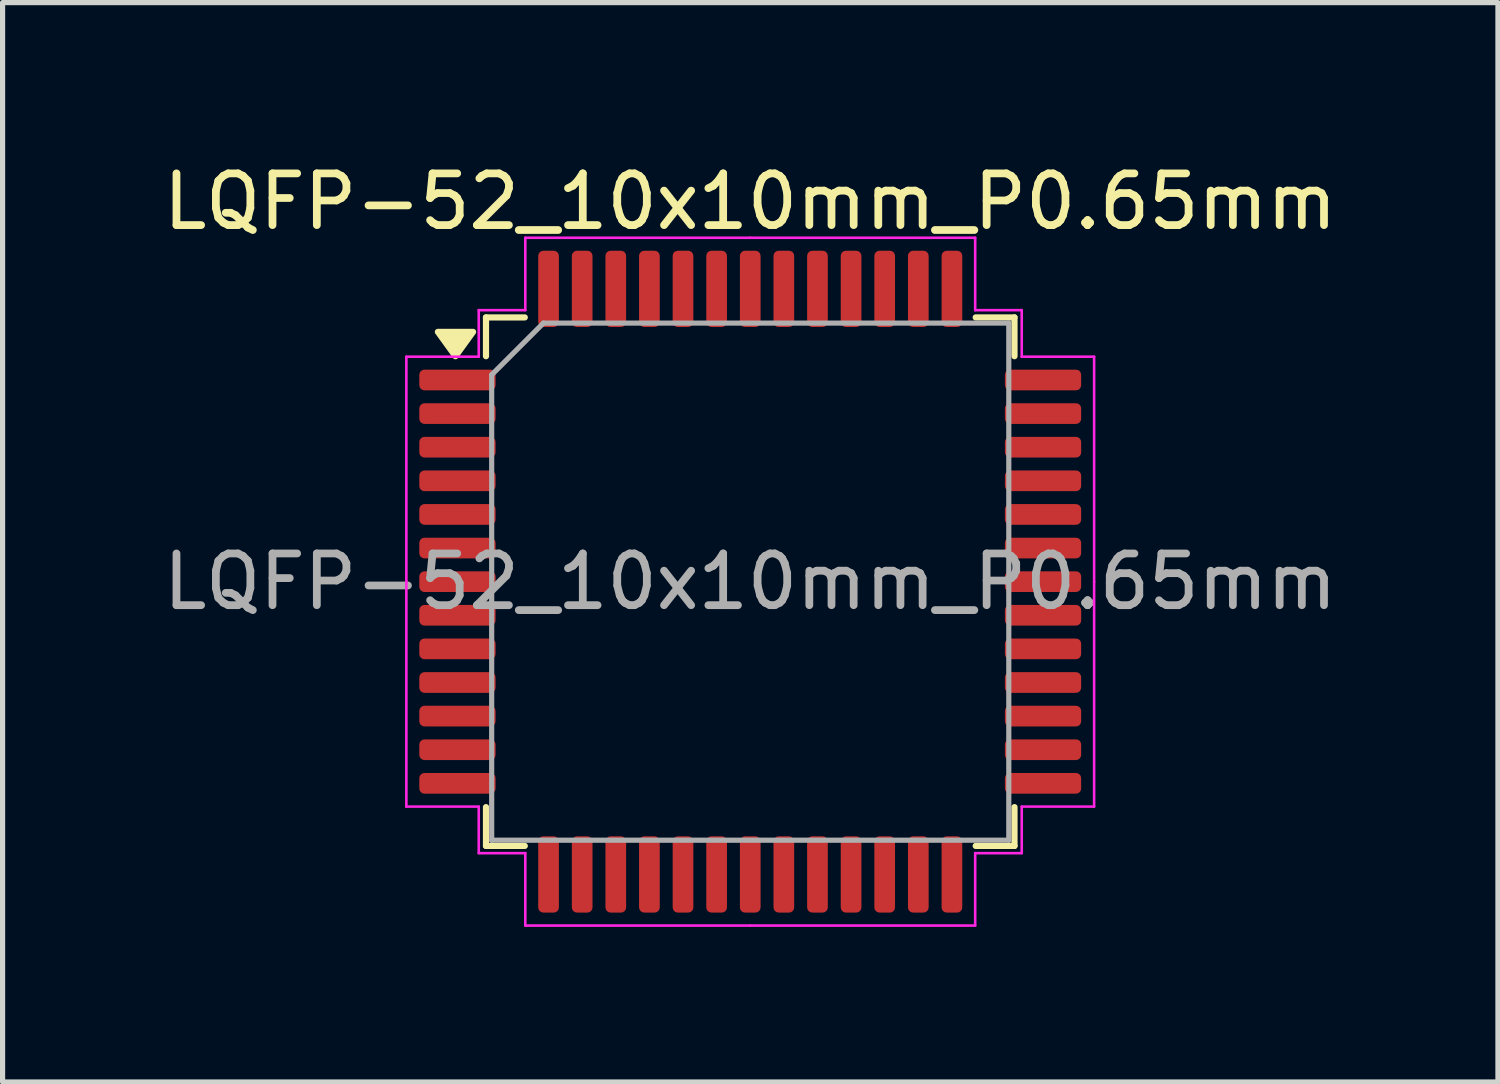
<source format=kicad_pcb>
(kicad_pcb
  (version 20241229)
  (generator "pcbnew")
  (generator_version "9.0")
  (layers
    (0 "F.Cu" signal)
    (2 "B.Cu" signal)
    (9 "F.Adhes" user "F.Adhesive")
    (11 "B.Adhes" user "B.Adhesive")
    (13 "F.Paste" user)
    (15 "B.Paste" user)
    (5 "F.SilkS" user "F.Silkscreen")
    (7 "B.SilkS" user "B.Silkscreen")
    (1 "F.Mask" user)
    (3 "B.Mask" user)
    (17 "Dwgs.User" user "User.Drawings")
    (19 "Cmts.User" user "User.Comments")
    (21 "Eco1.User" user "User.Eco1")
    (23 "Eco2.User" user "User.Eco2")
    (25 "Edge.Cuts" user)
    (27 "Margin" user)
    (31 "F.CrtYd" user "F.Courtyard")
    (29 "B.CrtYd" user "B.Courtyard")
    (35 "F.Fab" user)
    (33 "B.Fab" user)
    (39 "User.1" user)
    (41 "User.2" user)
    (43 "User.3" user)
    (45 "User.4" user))
  (footprint "LQFP-52_10x10mm_P0.65mm"
    (layer "F.Cu")
    (at 11.458 8.198)
    (property "Reference" "LQFP-52_10x10mm_P0.65mm" (at 0 -7.35 0) (layer "F.SilkS") (effects (font (size 1 1) (thickness 0.15))))
    (attr smd)
    (fp_line (start -5.11 -5.11) (end -5.11 -4.36) (stroke (width 0.12) (type solid)) (layer "F.SilkS"))
    (fp_line (start -5.11 5.11) (end -5.11 4.36) (stroke (width 0.12) (type solid)) (layer "F.SilkS"))
    (fp_line (start -4.36 -5.11) (end -5.11 -5.11) (stroke (width 0.12) (type solid)) (layer "F.SilkS"))
    (fp_line (start -4.36 5.11) (end -5.11 5.11) (stroke (width 0.12) (type solid)) (layer "F.SilkS"))
    (fp_line (start 4.36 -5.11) (end 5.11 -5.11) (stroke (width 0.12) (type solid)) (layer "F.SilkS"))
    (fp_line (start 4.36 5.11) (end 5.11 5.11) (stroke (width 0.12) (type solid)) (layer "F.SilkS"))
    (fp_line (start 5.11 -5.11) (end 5.11 -4.36) (stroke (width 0.12) (type solid)) (layer "F.SilkS"))
    (fp_line (start 5.11 5.11) (end 5.11 4.36) (stroke (width 0.12) (type solid)) (layer "F.SilkS"))
    (fp_poly (pts (xy -5.7 -4.36) (xy -6.04 -4.83) (xy -5.36 -4.83) (xy -5.7 -4.36)) (stroke (width 0.12) (type solid)) (fill yes) (layer "F.SilkS"))
    (fp_line (start -6.65 -4.35) (end -6.65 0) (stroke (width 0.05) (type solid)) (layer "F.CrtYd"))
    (fp_line (start -6.65 4.35) (end -6.65 0) (stroke (width 0.05) (type solid)) (layer "F.CrtYd"))
    (fp_line (start -5.25 -5.25) (end -5.25 -4.35) (stroke (width 0.05) (type solid)) (layer "F.CrtYd"))
    (fp_line (start -5.25 -4.35) (end -6.65 -4.35) (stroke (width 0.05) (type solid)) (layer "F.CrtYd"))
    (fp_line (start -5.25 4.35) (end -6.65 4.35) (stroke (width 0.05) (type solid)) (layer "F.CrtYd"))
    (fp_line (start -5.25 5.25) (end -5.25 4.35) (stroke (width 0.05) (type solid)) (layer "F.CrtYd"))
    (fp_line (start -4.35 -6.65) (end -4.35 -5.25) (stroke (width 0.05) (type solid)) (layer "F.CrtYd"))
    (fp_line (start -4.35 -5.25) (end -5.25 -5.25) (stroke (width 0.05) (type solid)) (layer "F.CrtYd"))
    (fp_line (start -4.35 5.25) (end -5.25 5.25) (stroke (width 0.05) (type solid)) (layer "F.CrtYd"))
    (fp_line (start -4.35 6.65) (end -4.35 5.25) (stroke (width 0.05) (type solid)) (layer "F.CrtYd"))
    (fp_line (start 0 -6.65) (end -4.35 -6.65) (stroke (width 0.05) (type solid)) (layer "F.CrtYd"))
    (fp_line (start 0 -6.65) (end 4.35 -6.65) (stroke (width 0.05) (type solid)) (layer "F.CrtYd"))
    (fp_line (start 0 6.65) (end -4.35 6.65) (stroke (width 0.05) (type solid)) (layer "F.CrtYd"))
    (fp_line (start 0 6.65) (end 4.35 6.65) (stroke (width 0.05) (type solid)) (layer "F.CrtYd"))
    (fp_line (start 4.35 -6.65) (end 4.35 -5.25) (stroke (width 0.05) (type solid)) (layer "F.CrtYd"))
    (fp_line (start 4.35 -5.25) (end 5.25 -5.25) (stroke (width 0.05) (type solid)) (layer "F.CrtYd"))
    (fp_line (start 4.35 5.25) (end 5.25 5.25) (stroke (width 0.05) (type solid)) (layer "F.CrtYd"))
    (fp_line (start 4.35 6.65) (end 4.35 5.25) (stroke (width 0.05) (type solid)) (layer "F.CrtYd"))
    (fp_line (start 5.25 -5.25) (end 5.25 -4.35) (stroke (width 0.05) (type solid)) (layer "F.CrtYd"))
    (fp_line (start 5.25 -4.35) (end 6.65 -4.35) (stroke (width 0.05) (type solid)) (layer "F.CrtYd"))
    (fp_line (start 5.25 4.35) (end 6.65 4.35) (stroke (width 0.05) (type solid)) (layer "F.CrtYd"))
    (fp_line (start 5.25 5.25) (end 5.25 4.35) (stroke (width 0.05) (type solid)) (layer "F.CrtYd"))
    (fp_line (start 6.65 -4.35) (end 6.65 0) (stroke (width 0.05) (type solid)) (layer "F.CrtYd"))
    (fp_line (start 6.65 4.35) (end 6.65 0) (stroke (width 0.05) (type solid)) (layer "F.CrtYd"))
    (fp_line (start -5 -4) (end -4 -5) (stroke (width 0.1) (type solid)) (layer "F.Fab"))
    (fp_line (start -5 5) (end -5 -4) (stroke (width 0.1) (type solid)) (layer "F.Fab"))
    (fp_line (start -4 -5) (end 5 -5) (stroke (width 0.1) (type solid)) (layer "F.Fab"))
    (fp_line (start 5 -5) (end 5 5) (stroke (width 0.1) (type solid)) (layer "F.Fab"))
    (fp_line (start 5 5) (end -5 5) (stroke (width 0.1) (type solid)) (layer "F.Fab"))
    (fp_text user "${REFERENCE}" (at 0 0 0) (layer "F.Fab") (effects (font (size 1 1) (thickness 0.15))))
    (pad "1" smd roundrect (at -5.662 -3.9) (size 1.475 0.4) (layers "F.Cu" "F.Mask" "F.Paste") (roundrect_rratio 0.25))
    (pad "2" smd roundrect (at -5.662 -3.25) (size 1.475 0.4) (layers "F.Cu" "F.Mask" "F.Paste") (roundrect_rratio 0.25))
    (pad "3" smd roundrect (at -5.662 -2.6) (size 1.475 0.4) (layers "F.Cu" "F.Mask" "F.Paste") (roundrect_rratio 0.25))
    (pad "4" smd roundrect (at -5.662 -1.95) (size 1.475 0.4) (layers "F.Cu" "F.Mask" "F.Paste") (roundrect_rratio 0.25))
    (pad "5" smd roundrect (at -5.662 -1.3) (size 1.475 0.4) (layers "F.Cu" "F.Mask" "F.Paste") (roundrect_rratio 0.25))
    (pad "6" smd roundrect (at -5.662 -0.65) (size 1.475 0.4) (layers "F.Cu" "F.Mask" "F.Paste") (roundrect_rratio 0.25))
    (pad "7" smd roundrect (at -5.662 0) (size 1.475 0.4) (layers "F.Cu" "F.Mask" "F.Paste") (roundrect_rratio 0.25))
    (pad "8" smd roundrect (at -5.662 0.65) (size 1.475 0.4) (layers "F.Cu" "F.Mask" "F.Paste") (roundrect_rratio 0.25))
    (pad "9" smd roundrect (at -5.662 1.3) (size 1.475 0.4) (layers "F.Cu" "F.Mask" "F.Paste") (roundrect_rratio 0.25))
    (pad "10" smd roundrect (at -5.662 1.95) (size 1.475 0.4) (layers "F.Cu" "F.Mask" "F.Paste") (roundrect_rratio 0.25))
    (pad "11" smd roundrect (at -5.662 2.6) (size 1.475 0.4) (layers "F.Cu" "F.Mask" "F.Paste") (roundrect_rratio 0.25))
    (pad "12" smd roundrect (at -5.662 3.25) (size 1.475 0.4) (layers "F.Cu" "F.Mask" "F.Paste") (roundrect_rratio 0.25))
    (pad "13" smd roundrect (at -5.662 3.9) (size 1.475 0.4) (layers "F.Cu" "F.Mask" "F.Paste") (roundrect_rratio 0.25))
    (pad "14" smd roundrect (at -3.9 5.662) (size 0.4 1.475) (layers "F.Cu" "F.Mask" "F.Paste") (roundrect_rratio 0.25))
    (pad "15" smd roundrect (at -3.25 5.662) (size 0.4 1.475) (layers "F.Cu" "F.Mask" "F.Paste") (roundrect_rratio 0.25))
    (pad "16" smd roundrect (at -2.6 5.662) (size 0.4 1.475) (layers "F.Cu" "F.Mask" "F.Paste") (roundrect_rratio 0.25))
    (pad "17" smd roundrect (at -1.95 5.662) (size 0.4 1.475) (layers "F.Cu" "F.Mask" "F.Paste") (roundrect_rratio 0.25))
    (pad "18" smd roundrect (at -1.3 5.662) (size 0.4 1.475) (layers "F.Cu" "F.Mask" "F.Paste") (roundrect_rratio 0.25))
    (pad "19" smd roundrect (at -0.65 5.662) (size 0.4 1.475) (layers "F.Cu" "F.Mask" "F.Paste") (roundrect_rratio 0.25))
    (pad "20" smd roundrect (at 0 5.662) (size 0.4 1.475) (layers "F.Cu" "F.Mask" "F.Paste") (roundrect_rratio 0.25))
    (pad "21" smd roundrect (at 0.65 5.662) (size 0.4 1.475) (layers "F.Cu" "F.Mask" "F.Paste") (roundrect_rratio 0.25))
    (pad "22" smd roundrect (at 1.3 5.662) (size 0.4 1.475) (layers "F.Cu" "F.Mask" "F.Paste") (roundrect_rratio 0.25))
    (pad "23" smd roundrect (at 1.95 5.662) (size 0.4 1.475) (layers "F.Cu" "F.Mask" "F.Paste") (roundrect_rratio 0.25))
    (pad "24" smd roundrect (at 2.6 5.662) (size 0.4 1.475) (layers "F.Cu" "F.Mask" "F.Paste") (roundrect_rratio 0.25))
    (pad "25" smd roundrect (at 3.25 5.662) (size 0.4 1.475) (layers "F.Cu" "F.Mask" "F.Paste") (roundrect_rratio 0.25))
    (pad "26" smd roundrect (at 3.9 5.662) (size 0.4 1.475) (layers "F.Cu" "F.Mask" "F.Paste") (roundrect_rratio 0.25))
    (pad "27" smd roundrect (at 5.662 3.9) (size 1.475 0.4) (layers "F.Cu" "F.Mask" "F.Paste") (roundrect_rratio 0.25))
    (pad "28" smd roundrect (at 5.662 3.25) (size 1.475 0.4) (layers "F.Cu" "F.Mask" "F.Paste") (roundrect_rratio 0.25))
    (pad "29" smd roundrect (at 5.662 2.6) (size 1.475 0.4) (layers "F.Cu" "F.Mask" "F.Paste") (roundrect_rratio 0.25))
    (pad "30" smd roundrect (at 5.662 1.95) (size 1.475 0.4) (layers "F.Cu" "F.Mask" "F.Paste") (roundrect_rratio 0.25))
    (pad "31" smd roundrect (at 5.662 1.3) (size 1.475 0.4) (layers "F.Cu" "F.Mask" "F.Paste") (roundrect_rratio 0.25))
    (pad "32" smd roundrect (at 5.662 0.65) (size 1.475 0.4) (layers "F.Cu" "F.Mask" "F.Paste") (roundrect_rratio 0.25))
    (pad "33" smd roundrect (at 5.662 0) (size 1.475 0.4) (layers "F.Cu" "F.Mask" "F.Paste") (roundrect_rratio 0.25))
    (pad "34" smd roundrect (at 5.662 -0.65) (size 1.475 0.4) (layers "F.Cu" "F.Mask" "F.Paste") (roundrect_rratio 0.25))
    (pad "35" smd roundrect (at 5.662 -1.3) (size 1.475 0.4) (layers "F.Cu" "F.Mask" "F.Paste") (roundrect_rratio 0.25))
    (pad "36" smd roundrect (at 5.662 -1.95) (size 1.475 0.4) (layers "F.Cu" "F.Mask" "F.Paste") (roundrect_rratio 0.25))
    (pad "37" smd roundrect (at 5.662 -2.6) (size 1.475 0.4) (layers "F.Cu" "F.Mask" "F.Paste") (roundrect_rratio 0.25))
    (pad "38" smd roundrect (at 5.662 -3.25) (size 1.475 0.4) (layers "F.Cu" "F.Mask" "F.Paste") (roundrect_rratio 0.25))
    (pad "39" smd roundrect (at 5.662 -3.9) (size 1.475 0.4) (layers "F.Cu" "F.Mask" "F.Paste") (roundrect_rratio 0.25))
    (pad "40" smd roundrect (at 3.9 -5.662) (size 0.4 1.475) (layers "F.Cu" "F.Mask" "F.Paste") (roundrect_rratio 0.25))
    (pad "41" smd roundrect (at 3.25 -5.662) (size 0.4 1.475) (layers "F.Cu" "F.Mask" "F.Paste") (roundrect_rratio 0.25))
    (pad "42" smd roundrect (at 2.6 -5.662) (size 0.4 1.475) (layers "F.Cu" "F.Mask" "F.Paste") (roundrect_rratio 0.25))
    (pad "43" smd roundrect (at 1.95 -5.662) (size 0.4 1.475) (layers "F.Cu" "F.Mask" "F.Paste") (roundrect_rratio 0.25))
    (pad "44" smd roundrect (at 1.3 -5.662) (size 0.4 1.475) (layers "F.Cu" "F.Mask" "F.Paste") (roundrect_rratio 0.25))
    (pad "45" smd roundrect (at 0.65 -5.662) (size 0.4 1.475) (layers "F.Cu" "F.Mask" "F.Paste") (roundrect_rratio 0.25))
    (pad "46" smd roundrect (at 0 -5.662) (size 0.4 1.475) (layers "F.Cu" "F.Mask" "F.Paste") (roundrect_rratio 0.25))
    (pad "47" smd roundrect (at -0.65 -5.662) (size 0.4 1.475) (layers "F.Cu" "F.Mask" "F.Paste") (roundrect_rratio 0.25))
    (pad "48" smd roundrect (at -1.3 -5.662) (size 0.4 1.475) (layers "F.Cu" "F.Mask" "F.Paste") (roundrect_rratio 0.25))
    (pad "49" smd roundrect (at -1.95 -5.662) (size 0.4 1.475) (layers "F.Cu" "F.Mask" "F.Paste") (roundrect_rratio 0.25))
    (pad "50" smd roundrect (at -2.6 -5.662) (size 0.4 1.475) (layers "F.Cu" "F.Mask" "F.Paste") (roundrect_rratio 0.25))
    (pad "51" smd roundrect (at -3.25 -5.662) (size 0.4 1.475) (layers "F.Cu" "F.Mask" "F.Paste") (roundrect_rratio 0.25))
    (pad "52" smd roundrect (at -3.9 -5.662) (size 0.4 1.475) (layers "F.Cu" "F.Mask" "F.Paste") (roundrect_rratio 0.25)))
  (gr_rect
    (start -3 -3)
    (end 25.917 17.873)
    (stroke (width 0.1) (type default))
    (fill no)
    (layer "Edge.Cuts")))
</source>
